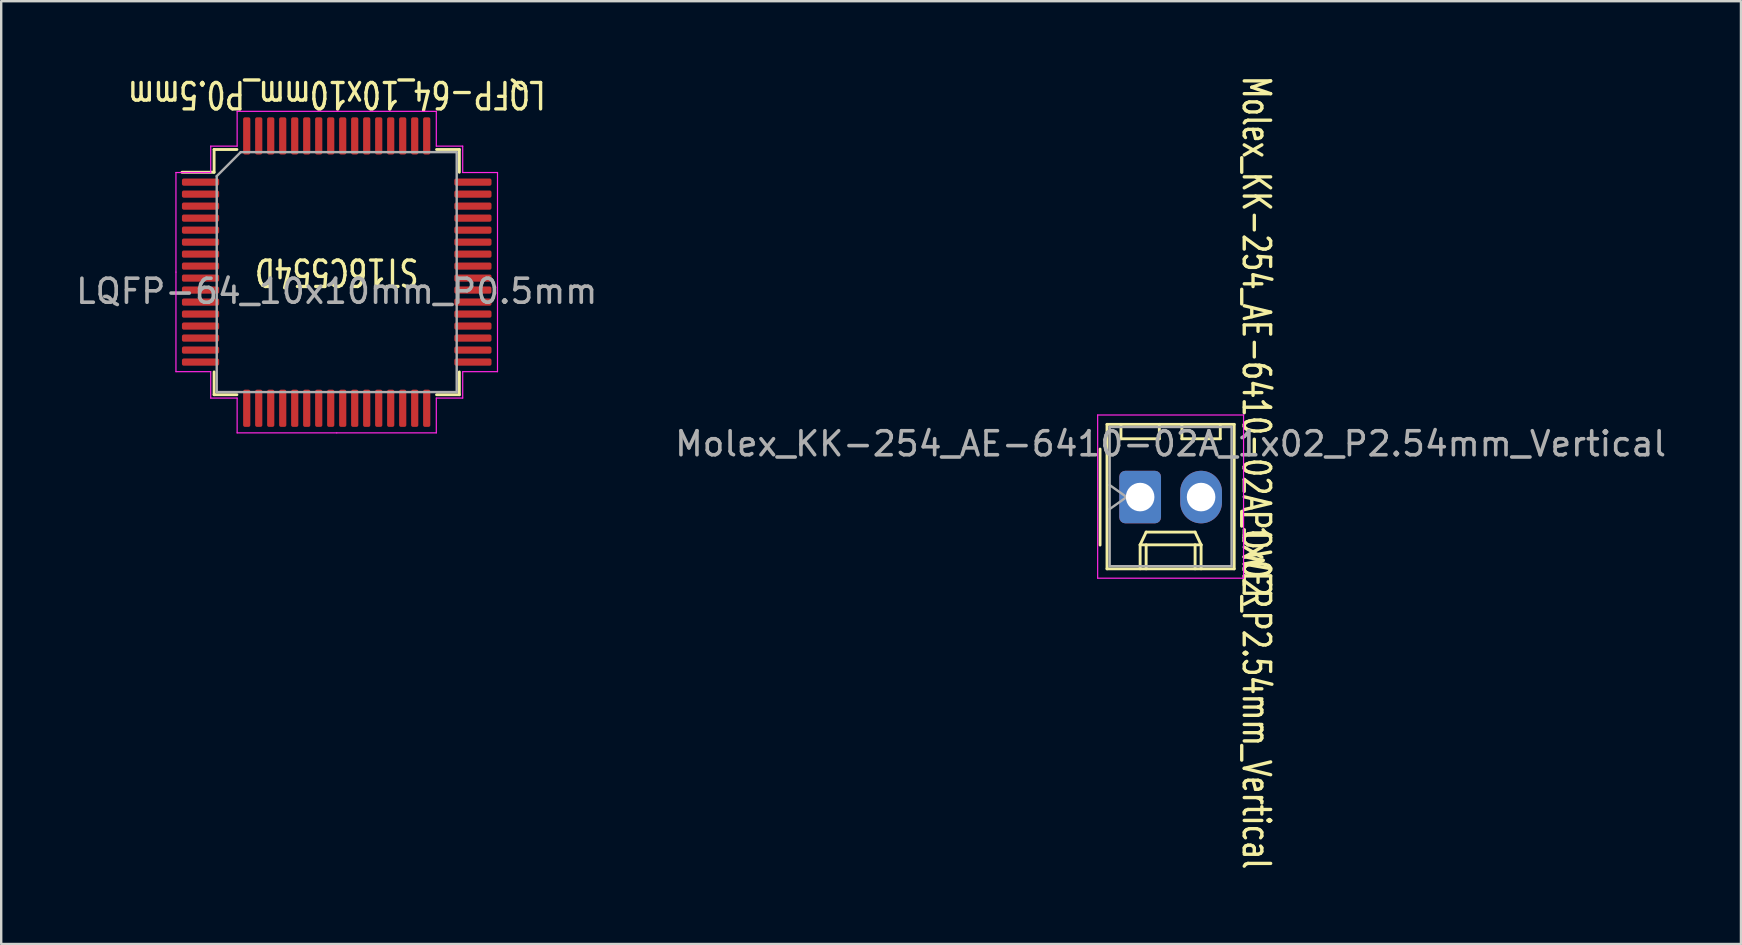
<source format=kicad_pcb>
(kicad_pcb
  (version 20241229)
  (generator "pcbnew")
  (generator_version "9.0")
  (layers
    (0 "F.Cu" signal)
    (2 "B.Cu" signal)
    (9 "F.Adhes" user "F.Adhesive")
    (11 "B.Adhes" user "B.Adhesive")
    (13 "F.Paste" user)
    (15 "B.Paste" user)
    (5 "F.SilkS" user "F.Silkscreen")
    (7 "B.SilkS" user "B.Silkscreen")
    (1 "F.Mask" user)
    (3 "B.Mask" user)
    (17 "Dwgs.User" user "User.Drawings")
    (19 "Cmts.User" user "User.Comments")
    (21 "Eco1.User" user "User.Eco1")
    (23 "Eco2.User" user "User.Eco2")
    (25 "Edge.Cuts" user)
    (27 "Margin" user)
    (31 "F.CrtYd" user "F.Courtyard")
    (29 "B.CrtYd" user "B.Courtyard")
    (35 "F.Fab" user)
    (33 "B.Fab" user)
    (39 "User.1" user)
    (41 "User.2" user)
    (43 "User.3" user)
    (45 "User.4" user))
  (footprint "Molex_KK-254_AE-6410-02A_1x02_P2.54mm_Vertical"
    (layer "F.Cu")
    (at 44.462 17.664)
    (property "Reference" "Molex_KK-254_AE-6410-02A_1x02_P2.54mm_Vertical" (at 4.84 -1.02 270) (unlocked yes) (layer "F.SilkS") (effects (font (size 1.1 0.8) (thickness 0.14))))
    (attr through_hole)
    (fp_line (start -1.67 -2) (end -1.67 2) (stroke (width 0.12) (type solid)) (layer "F.SilkS"))
    (fp_line (start -1.38 -3.03) (end -1.38 2.99) (stroke (width 0.12) (type solid)) (layer "F.SilkS"))
    (fp_line (start -1.38 2.99) (end 3.92 2.99) (stroke (width 0.12) (type solid)) (layer "F.SilkS"))
    (fp_line (start -0.8 -3.03) (end -0.8 -2.43) (stroke (width 0.12) (type solid)) (layer "F.SilkS"))
    (fp_line (start -0.8 -2.43) (end 0.8 -2.43) (stroke (width 0.12) (type solid)) (layer "F.SilkS"))
    (fp_line (start 0 1.99) (end 0.25 1.46) (stroke (width 0.12) (type solid)) (layer "F.SilkS"))
    (fp_line (start 0 1.99) (end 2.54 1.99) (stroke (width 0.12) (type solid)) (layer "F.SilkS"))
    (fp_line (start 0 2.99) (end 0 1.99) (stroke (width 0.12) (type solid)) (layer "F.SilkS"))
    (fp_line (start 0.25 1.46) (end 2.29 1.46) (stroke (width 0.12) (type solid)) (layer "F.SilkS"))
    (fp_line (start 0.25 2.99) (end 0.25 1.99) (stroke (width 0.12) (type solid)) (layer "F.SilkS"))
    (fp_line (start 0.8 -2.43) (end 0.8 -3.03) (stroke (width 0.12) (type solid)) (layer "F.SilkS"))
    (fp_line (start 1.74 -3.03) (end 1.74 -2.43) (stroke (width 0.12) (type solid)) (layer "F.SilkS"))
    (fp_line (start 1.74 -2.43) (end 3.34 -2.43) (stroke (width 0.12) (type solid)) (layer "F.SilkS"))
    (fp_line (start 2.29 1.46) (end 2.54 1.99) (stroke (width 0.12) (type solid)) (layer "F.SilkS"))
    (fp_line (start 2.29 2.99) (end 2.29 1.99) (stroke (width 0.12) (type solid)) (layer "F.SilkS"))
    (fp_line (start 2.54 1.99) (end 2.54 2.99) (stroke (width 0.12) (type solid)) (layer "F.SilkS"))
    (fp_line (start 3.34 -2.43) (end 3.34 -3.03) (stroke (width 0.12) (type solid)) (layer "F.SilkS"))
    (fp_line (start 3.92 -3.03) (end -1.38 -3.03) (stroke (width 0.12) (type solid)) (layer "F.SilkS"))
    (fp_line (start 3.92 2.99) (end 3.92 -3.03) (stroke (width 0.12) (type solid)) (layer "F.SilkS"))
    (fp_line (start -1.77 -3.42) (end -1.77 3.38) (stroke (width 0.05) (type solid)) (layer "F.CrtYd"))
    (fp_line (start -1.77 3.38) (end 4.31 3.38) (stroke (width 0.05) (type solid)) (layer "F.CrtYd"))
    (fp_line (start 4.31 -3.42) (end -1.77 -3.42) (stroke (width 0.05) (type solid)) (layer "F.CrtYd"))
    (fp_line (start 4.31 3.38) (end 4.31 -3.42) (stroke (width 0.05) (type solid)) (layer "F.CrtYd"))
    (fp_line (start -1.27 -2.92) (end -1.27 2.88) (stroke (width 0.1) (type solid)) (layer "F.Fab"))
    (fp_line (start -1.27 -0.5) (end -0.563 0) (stroke (width 0.1) (type solid)) (layer "F.Fab"))
    (fp_line (start -1.27 2.88) (end 3.81 2.88) (stroke (width 0.1) (type solid)) (layer "F.Fab"))
    (fp_line (start -0.563 0) (end -1.27 0.5) (stroke (width 0.1) (type solid)) (layer "F.Fab"))
    (fp_line (start 3.81 -2.92) (end -1.27 -2.92) (stroke (width 0.1) (type solid)) (layer "F.Fab"))
    (fp_line (start 3.81 2.88) (end 3.81 -2.92) (stroke (width 0.1) (type solid)) (layer "F.Fab"))
    (fp_text user "POWER" (at 4.84 2.58 270) (unlocked yes) (layer "F.SilkS") (effects (font (size 1.1 0.8) (thickness 0.14))))
    (fp_text user "${REFERENCE}" (at 1.27 -2.22 180) (layer "F.Fab") (effects (font (size 1 1) (thickness 0.15))))
    (pad "1" thru_hole roundrect (at 0 0) (size 1.74 2.19) (drill 1.19) (layers "*.Cu" "*.Mask") (roundrect_rratio 0.144))
    (pad "2" thru_hole oval (at 2.54 0) (size 1.74 2.19) (drill 1.19) (layers "*.Cu" "*.Mask")))
  (footprint "LQFP-64_10x10mm_P0.5mm"
    (layer "F.Cu")
    (at 10.982 8.289)
    (property "Reference" "LQFP-64_10x10mm_P0.5mm" (at 0 -7.4 180) (unlocked yes) (layer "F.SilkS") (effects (font (size 1.1 0.8) (thickness 0.14))))
    (property "Value" "ST16C554D" (at 0 -1.28 180) (layer "F.Fab") (hide yes) (effects (font (size 1 1) (thickness 0.15))))
    (attr smd)
    (fp_line (start -5.11 -5.11) (end -5.11 -4.16) (stroke (width 0.12) (type solid)) (layer "F.SilkS"))
    (fp_line (start -5.11 -4.16) (end -6.45 -4.16) (stroke (width 0.12) (type solid)) (layer "F.SilkS"))
    (fp_line (start -5.11 5.11) (end -5.11 4.16) (stroke (width 0.12) (type solid)) (layer "F.SilkS"))
    (fp_line (start -4.16 -5.11) (end -5.11 -5.11) (stroke (width 0.12) (type solid)) (layer "F.SilkS"))
    (fp_line (start -4.16 5.11) (end -5.11 5.11) (stroke (width 0.12) (type solid)) (layer "F.SilkS"))
    (fp_line (start 4.16 -5.11) (end 5.11 -5.11) (stroke (width 0.12) (type solid)) (layer "F.SilkS"))
    (fp_line (start 4.16 5.11) (end 5.11 5.11) (stroke (width 0.12) (type solid)) (layer "F.SilkS"))
    (fp_line (start 5.11 -5.11) (end 5.11 -4.16) (stroke (width 0.12) (type solid)) (layer "F.SilkS"))
    (fp_line (start 5.11 5.11) (end 5.11 4.16) (stroke (width 0.12) (type solid)) (layer "F.SilkS"))
    (fp_line (start -6.7 -4.15) (end -6.7 0) (stroke (width 0.05) (type solid)) (layer "F.CrtYd"))
    (fp_line (start -6.7 4.15) (end -6.7 0) (stroke (width 0.05) (type solid)) (layer "F.CrtYd"))
    (fp_line (start -5.25 -5.25) (end -5.25 -4.15) (stroke (width 0.05) (type solid)) (layer "F.CrtYd"))
    (fp_line (start -5.25 -4.15) (end -6.7 -4.15) (stroke (width 0.05) (type solid)) (layer "F.CrtYd"))
    (fp_line (start -5.25 4.15) (end -6.7 4.15) (stroke (width 0.05) (type solid)) (layer "F.CrtYd"))
    (fp_line (start -5.25 5.25) (end -5.25 4.15) (stroke (width 0.05) (type solid)) (layer "F.CrtYd"))
    (fp_line (start -4.15 -6.7) (end -4.15 -5.25) (stroke (width 0.05) (type solid)) (layer "F.CrtYd"))
    (fp_line (start -4.15 -5.25) (end -5.25 -5.25) (stroke (width 0.05) (type solid)) (layer "F.CrtYd"))
    (fp_line (start -4.15 5.25) (end -5.25 5.25) (stroke (width 0.05) (type solid)) (layer "F.CrtYd"))
    (fp_line (start -4.15 6.7) (end -4.15 5.25) (stroke (width 0.05) (type solid)) (layer "F.CrtYd"))
    (fp_line (start 0 -6.7) (end -4.15 -6.7) (stroke (width 0.05) (type solid)) (layer "F.CrtYd"))
    (fp_line (start 0 -6.7) (end 4.15 -6.7) (stroke (width 0.05) (type solid)) (layer "F.CrtYd"))
    (fp_line (start 0 6.7) (end -4.15 6.7) (stroke (width 0.05) (type solid)) (layer "F.CrtYd"))
    (fp_line (start 0 6.7) (end 4.15 6.7) (stroke (width 0.05) (type solid)) (layer "F.CrtYd"))
    (fp_line (start 4.15 -6.7) (end 4.15 -5.25) (stroke (width 0.05) (type solid)) (layer "F.CrtYd"))
    (fp_line (start 4.15 -5.25) (end 5.25 -5.25) (stroke (width 0.05) (type solid)) (layer "F.CrtYd"))
    (fp_line (start 4.15 5.25) (end 5.25 5.25) (stroke (width 0.05) (type solid)) (layer "F.CrtYd"))
    (fp_line (start 4.15 6.7) (end 4.15 5.25) (stroke (width 0.05) (type solid)) (layer "F.CrtYd"))
    (fp_line (start 5.25 -5.25) (end 5.25 -4.15) (stroke (width 0.05) (type solid)) (layer "F.CrtYd"))
    (fp_line (start 5.25 -4.15) (end 6.7 -4.15) (stroke (width 0.05) (type solid)) (layer "F.CrtYd"))
    (fp_line (start 5.25 4.15) (end 6.7 4.15) (stroke (width 0.05) (type solid)) (layer "F.CrtYd"))
    (fp_line (start 5.25 5.25) (end 5.25 4.15) (stroke (width 0.05) (type solid)) (layer "F.CrtYd"))
    (fp_line (start 6.7 -4.15) (end 6.7 0) (stroke (width 0.05) (type solid)) (layer "F.CrtYd"))
    (fp_line (start 6.7 4.15) (end 6.7 0) (stroke (width 0.05) (type solid)) (layer "F.CrtYd"))
    (fp_line (start -5 -4) (end -4 -5) (stroke (width 0.1) (type solid)) (layer "F.Fab"))
    (fp_line (start -5 5) (end -5 -4) (stroke (width 0.1) (type solid)) (layer "F.Fab"))
    (fp_line (start -4 -5) (end 5 -5) (stroke (width 0.1) (type solid)) (layer "F.Fab"))
    (fp_line (start 5 -5) (end 5 5) (stroke (width 0.1) (type solid)) (layer "F.Fab"))
    (fp_line (start 5 5) (end -5 5) (stroke (width 0.1) (type solid)) (layer "F.Fab"))
    (fp_text user "${VALUE}" (at 0 0 180) (unlocked yes) (layer "F.SilkS") (effects (font (size 1.1 0.8) (thickness 0.14))))
    (fp_text user "${REFERENCE}" (at 0 0.8 180) (layer "F.Fab") (effects (font (size 1 1) (thickness 0.15))))
    (pad "1" smd roundrect (at -5.675 -3.75) (size 1.55 0.3) (layers "F.Cu" "F.Mask" "F.Paste") (roundrect_rratio 0.25))
    (pad "2" smd roundrect (at -5.675 -3.25) (size 1.55 0.3) (layers "F.Cu" "F.Mask" "F.Paste") (roundrect_rratio 0.25))
    (pad "3" smd roundrect (at -5.675 -2.75) (size 1.55 0.3) (layers "F.Cu" "F.Mask" "F.Paste") (roundrect_rratio 0.25))
    (pad "4" smd roundrect (at -5.675 -2.25) (size 1.55 0.3) (layers "F.Cu" "F.Mask" "F.Paste") (roundrect_rratio 0.25))
    (pad "5" smd roundrect (at -5.675 -1.75) (size 1.55 0.3) (layers "F.Cu" "F.Mask" "F.Paste") (roundrect_rratio 0.25))
    (pad "6" smd roundrect (at -5.675 -1.25) (size 1.55 0.3) (layers "F.Cu" "F.Mask" "F.Paste") (roundrect_rratio 0.25))
    (pad "7" smd roundrect (at -5.675 -0.75) (size 1.55 0.3) (layers "F.Cu" "F.Mask" "F.Paste") (roundrect_rratio 0.25))
    (pad "8" smd roundrect (at -5.675 -0.25) (size 1.55 0.3) (layers "F.Cu" "F.Mask" "F.Paste") (roundrect_rratio 0.25))
    (pad "9" smd roundrect (at -5.675 0.25) (size 1.55 0.3) (layers "F.Cu" "F.Mask" "F.Paste") (roundrect_rratio 0.25))
    (pad "10" smd roundrect (at -5.675 0.75) (size 1.55 0.3) (layers "F.Cu" "F.Mask" "F.Paste") (roundrect_rratio 0.25))
    (pad "11" smd roundrect (at -5.675 1.25) (size 1.55 0.3) (layers "F.Cu" "F.Mask" "F.Paste") (roundrect_rratio 0.25))
    (pad "12" smd roundrect (at -5.675 1.75) (size 1.55 0.3) (layers "F.Cu" "F.Mask" "F.Paste") (roundrect_rratio 0.25))
    (pad "13" smd roundrect (at -5.675 2.25) (size 1.55 0.3) (layers "F.Cu" "F.Mask" "F.Paste") (roundrect_rratio 0.25))
    (pad "14" smd roundrect (at -5.675 2.75) (size 1.55 0.3) (layers "F.Cu" "F.Mask" "F.Paste") (roundrect_rratio 0.25))
    (pad "15" smd roundrect (at -5.675 3.25) (size 1.55 0.3) (layers "F.Cu" "F.Mask" "F.Paste") (roundrect_rratio 0.25))
    (pad "16" smd roundrect (at -5.675 3.75) (size 1.55 0.3) (layers "F.Cu" "F.Mask" "F.Paste") (roundrect_rratio 0.25))
    (pad "17" smd roundrect (at -3.75 5.675) (size 0.3 1.55) (layers "F.Cu" "F.Mask" "F.Paste") (roundrect_rratio 0.25))
    (pad "18" smd roundrect (at -3.25 5.675) (size 0.3 1.55) (layers "F.Cu" "F.Mask" "F.Paste") (roundrect_rratio 0.25))
    (pad "19" smd roundrect (at -2.75 5.675) (size 0.3 1.55) (layers "F.Cu" "F.Mask" "F.Paste") (roundrect_rratio 0.25))
    (pad "20" smd roundrect (at -2.25 5.675) (size 0.3 1.55) (layers "F.Cu" "F.Mask" "F.Paste") (roundrect_rratio 0.25))
    (pad "21" smd roundrect (at -1.75 5.675) (size 0.3 1.55) (layers "F.Cu" "F.Mask" "F.Paste") (roundrect_rratio 0.25))
    (pad "22" smd roundrect (at -1.25 5.675) (size 0.3 1.55) (layers "F.Cu" "F.Mask" "F.Paste") (roundrect_rratio 0.25))
    (pad "23" smd roundrect (at -0.75 5.675) (size 0.3 1.55) (layers "F.Cu" "F.Mask" "F.Paste") (roundrect_rratio 0.25))
    (pad "24" smd roundrect (at -0.25 5.675) (size 0.3 1.55) (layers "F.Cu" "F.Mask" "F.Paste") (roundrect_rratio 0.25))
    (pad "25" smd roundrect (at 0.25 5.675) (size 0.3 1.55) (layers "F.Cu" "F.Mask" "F.Paste") (roundrect_rratio 0.25))
    (pad "26" smd roundrect (at 0.75 5.675) (size 0.3 1.55) (layers "F.Cu" "F.Mask" "F.Paste") (roundrect_rratio 0.25))
    (pad "27" smd roundrect (at 1.25 5.675) (size 0.3 1.55) (layers "F.Cu" "F.Mask" "F.Paste") (roundrect_rratio 0.25))
    (pad "28" smd roundrect (at 1.75 5.675) (size 0.3 1.55) (layers "F.Cu" "F.Mask" "F.Paste") (roundrect_rratio 0.25))
    (pad "29" smd roundrect (at 2.25 5.675) (size 0.3 1.55) (layers "F.Cu" "F.Mask" "F.Paste") (roundrect_rratio 0.25))
    (pad "30" smd roundrect (at 2.75 5.675) (size 0.3 1.55) (layers "F.Cu" "F.Mask" "F.Paste") (roundrect_rratio 0.25))
    (pad "31" smd roundrect (at 3.25 5.675) (size 0.3 1.55) (layers "F.Cu" "F.Mask" "F.Paste") (roundrect_rratio 0.25))
    (pad "32" smd roundrect (at 3.75 5.675) (size 0.3 1.55) (layers "F.Cu" "F.Mask" "F.Paste") (roundrect_rratio 0.25))
    (pad "33" smd roundrect (at 5.675 3.75) (size 1.55 0.3) (layers "F.Cu" "F.Mask" "F.Paste") (roundrect_rratio 0.25))
    (pad "34" smd roundrect (at 5.675 3.25) (size 1.55 0.3) (layers "F.Cu" "F.Mask" "F.Paste") (roundrect_rratio 0.25))
    (pad "35" smd roundrect (at 5.675 2.75) (size 1.55 0.3) (layers "F.Cu" "F.Mask" "F.Paste") (roundrect_rratio 0.25))
    (pad "36" smd roundrect (at 5.675 2.25) (size 1.55 0.3) (layers "F.Cu" "F.Mask" "F.Paste") (roundrect_rratio 0.25))
    (pad "37" smd roundrect (at 5.675 1.75) (size 1.55 0.3) (layers "F.Cu" "F.Mask" "F.Paste") (roundrect_rratio 0.25))
    (pad "38" smd roundrect (at 5.675 1.25) (size 1.55 0.3) (layers "F.Cu" "F.Mask" "F.Paste") (roundrect_rratio 0.25))
    (pad "39" smd roundrect (at 5.675 0.75) (size 1.55 0.3) (layers "F.Cu" "F.Mask" "F.Paste") (roundrect_rratio 0.25))
    (pad "40" smd roundrect (at 5.675 0.25) (size 1.55 0.3) (layers "F.Cu" "F.Mask" "F.Paste") (roundrect_rratio 0.25))
    (pad "41" smd roundrect (at 5.675 -0.25) (size 1.55 0.3) (layers "F.Cu" "F.Mask" "F.Paste") (roundrect_rratio 0.25))
    (pad "42" smd roundrect (at 5.675 -0.75) (size 1.55 0.3) (layers "F.Cu" "F.Mask" "F.Paste") (roundrect_rratio 0.25))
    (pad "43" smd roundrect (at 5.675 -1.25) (size 1.55 0.3) (layers "F.Cu" "F.Mask" "F.Paste") (roundrect_rratio 0.25))
    (pad "44" smd roundrect (at 5.675 -1.75) (size 1.55 0.3) (layers "F.Cu" "F.Mask" "F.Paste") (roundrect_rratio 0.25))
    (pad "45" smd roundrect (at 5.675 -2.25) (size 1.55 0.3) (layers "F.Cu" "F.Mask" "F.Paste") (roundrect_rratio 0.25))
    (pad "46" smd roundrect (at 5.675 -2.75) (size 1.55 0.3) (layers "F.Cu" "F.Mask" "F.Paste") (roundrect_rratio 0.25))
    (pad "47" smd roundrect (at 5.675 -3.25) (size 1.55 0.3) (layers "F.Cu" "F.Mask" "F.Paste") (roundrect_rratio 0.25))
    (pad "48" smd roundrect (at 5.675 -3.75) (size 1.55 0.3) (layers "F.Cu" "F.Mask" "F.Paste") (roundrect_rratio 0.25))
    (pad "49" smd roundrect (at 3.75 -5.675) (size 0.3 1.55) (layers "F.Cu" "F.Mask" "F.Paste") (roundrect_rratio 0.25))
    (pad "50" smd roundrect (at 3.25 -5.675) (size 0.3 1.55) (layers "F.Cu" "F.Mask" "F.Paste") (roundrect_rratio 0.25))
    (pad "51" smd roundrect (at 2.75 -5.675) (size 0.3 1.55) (layers "F.Cu" "F.Mask" "F.Paste") (roundrect_rratio 0.25))
    (pad "52" smd roundrect (at 2.25 -5.675) (size 0.3 1.55) (layers "F.Cu" "F.Mask" "F.Paste") (roundrect_rratio 0.25))
    (pad "53" smd roundrect (at 1.75 -5.675) (size 0.3 1.55) (layers "F.Cu" "F.Mask" "F.Paste") (roundrect_rratio 0.25))
    (pad "54" smd roundrect (at 1.25 -5.675) (size 0.3 1.55) (layers "F.Cu" "F.Mask" "F.Paste") (roundrect_rratio 0.25))
    (pad "55" smd roundrect (at 0.75 -5.675) (size 0.3 1.55) (layers "F.Cu" "F.Mask" "F.Paste") (roundrect_rratio 0.25))
    (pad "56" smd roundrect (at 0.25 -5.675) (size 0.3 1.55) (layers "F.Cu" "F.Mask" "F.Paste") (roundrect_rratio 0.25))
    (pad "57" smd roundrect (at -0.25 -5.675) (size 0.3 1.55) (layers "F.Cu" "F.Mask" "F.Paste") (roundrect_rratio 0.25))
    (pad "58" smd roundrect (at -0.75 -5.675) (size 0.3 1.55) (layers "F.Cu" "F.Mask" "F.Paste") (roundrect_rratio 0.25))
    (pad "59" smd roundrect (at -1.25 -5.675) (size 0.3 1.55) (layers "F.Cu" "F.Mask" "F.Paste") (roundrect_rratio 0.25))
    (pad "60" smd roundrect (at -1.75 -5.675) (size 0.3 1.55) (layers "F.Cu" "F.Mask" "F.Paste") (roundrect_rratio 0.25))
    (pad "61" smd roundrect (at -2.25 -5.675) (size 0.3 1.55) (layers "F.Cu" "F.Mask" "F.Paste") (roundrect_rratio 0.25))
    (pad "62" smd roundrect (at -2.75 -5.675) (size 0.3 1.55) (layers "F.Cu" "F.Mask" "F.Paste") (roundrect_rratio 0.25))
    (pad "63" smd roundrect (at -3.25 -5.675) (size 0.3 1.55) (layers "F.Cu" "F.Mask" "F.Paste") (roundrect_rratio 0.25))
    (pad "64" smd roundrect (at -3.75 -5.675) (size 0.3 1.55) (layers "F.Cu" "F.Mask" "F.Paste") (roundrect_rratio 0.25)))
  (gr_rect
    (start -3 -3)
    (end 69.5 36.289)
    (stroke (width 0.1) (type default))
    (fill no)
    (layer "Edge.Cuts")))
</source>
